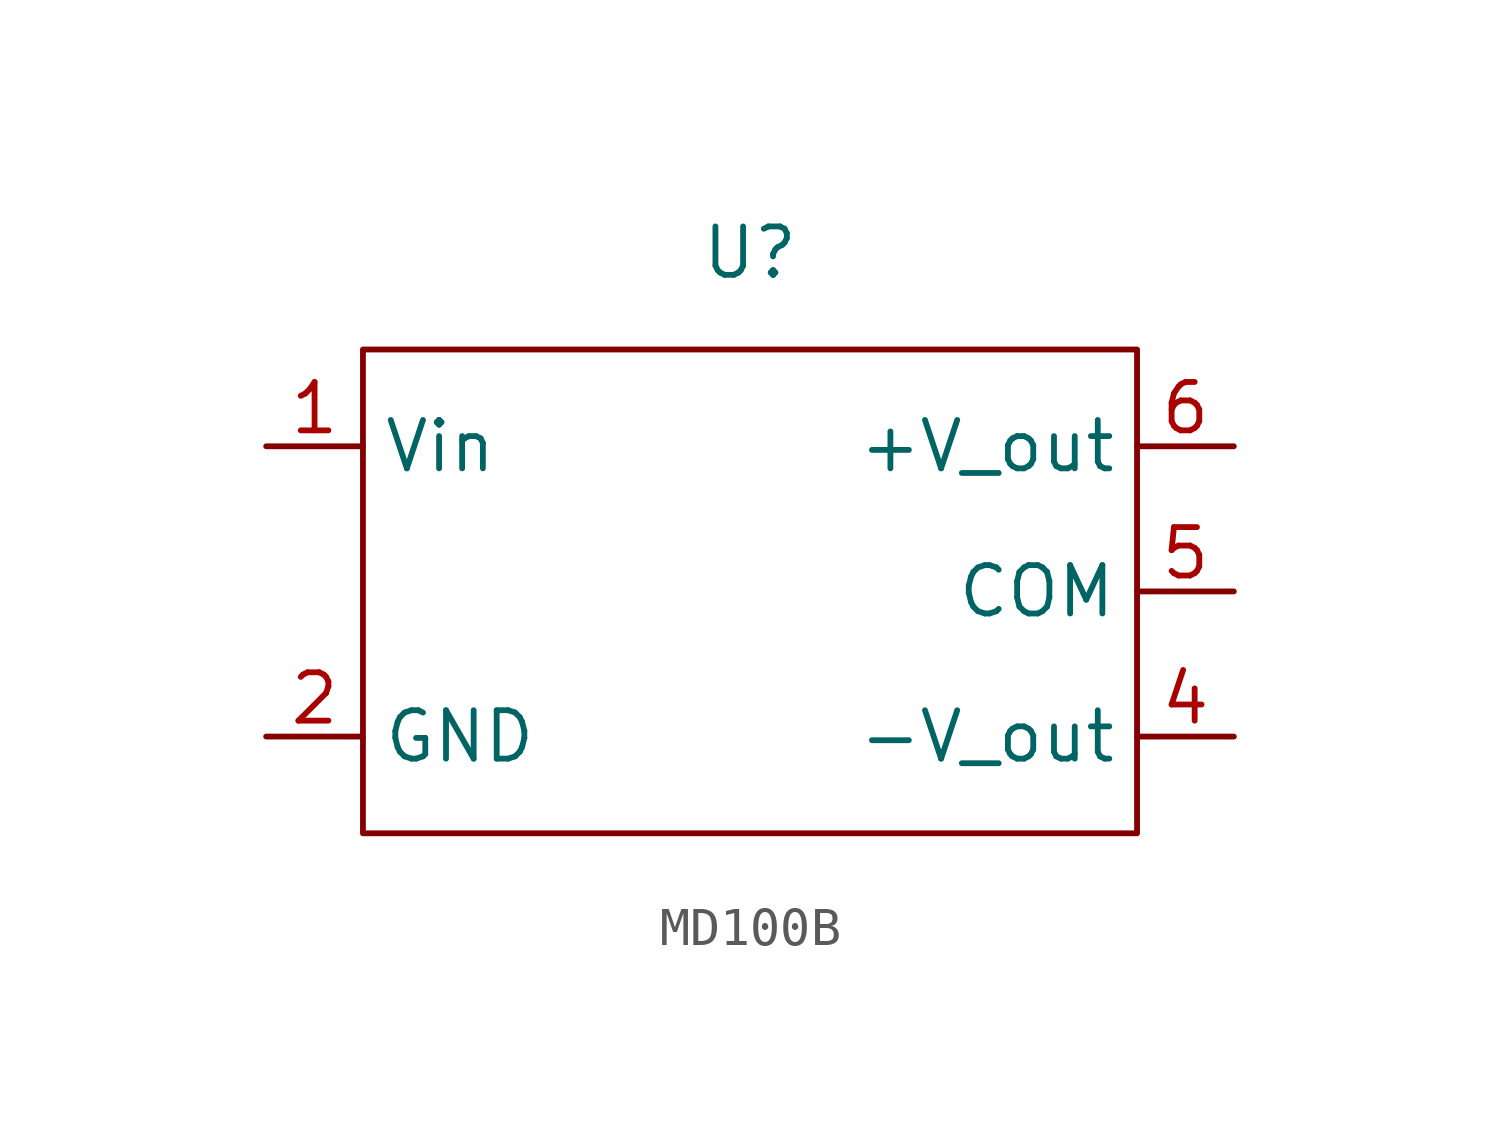
<source format=kicad_sym>
(kicad_symbol_lib
  (version 20220914)
  (generator kicad_symbol_editor)
  (symbol "MD100B"
    (property "Reference" "U"
      (at 0 8.89 0)
      (effects (font (size 1.27 1.27))))
    (property "Value" ""
      (at 0 0 0)
      (effects (font (size 1.27 1.27))))
    (symbol "MD100B_0_1"
      (rectangle (start -10.16 6.35) (end 10.16 -6.35) (stroke (width 0) (type default)) (fill (type none))))
    (symbol "MD100B_1_1"
      (pin power_in line (at -12.7 3.81 0) (length 2.54) (name "Vin" (effects (font (size 1.27 1.27)))) (number "1" (effects (font (size 1.27 1.27)))))
      (pin power_in line (at -12.7 -3.81 0) (length 2.54) (name "GND" (effects (font (size 1.27 1.27)))) (number "2" (effects (font (size 1.27 1.27)))))
      (pin power_out line (at 12.7 -3.81 180) (length 2.54) (name "-V_out" (effects (font (size 1.27 1.27)))) (number "4" (effects (font (size 1.27 1.27)))))
      (pin power_out line (at 12.7 0 180) (length 2.54) (name "COM" (effects (font (size 1.27 1.27)))) (number "5" (effects (font (size 1.27 1.27)))))
      (pin power_out line (at 12.7 3.81 180) (length 2.54) (name "+V_out" (effects (font (size 1.27 1.27)))) (number "6" (effects (font (size 1.27 1.27))))))))
</source>
